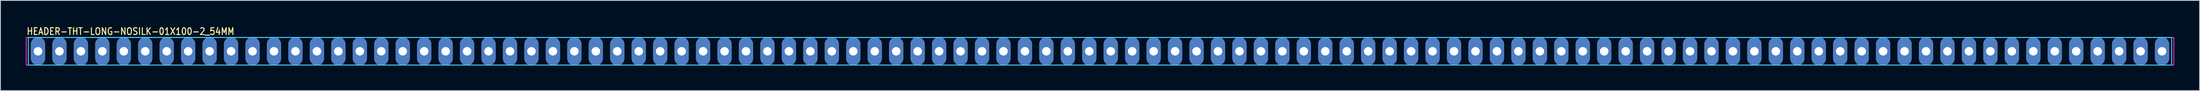
<source format=kicad_pcb>
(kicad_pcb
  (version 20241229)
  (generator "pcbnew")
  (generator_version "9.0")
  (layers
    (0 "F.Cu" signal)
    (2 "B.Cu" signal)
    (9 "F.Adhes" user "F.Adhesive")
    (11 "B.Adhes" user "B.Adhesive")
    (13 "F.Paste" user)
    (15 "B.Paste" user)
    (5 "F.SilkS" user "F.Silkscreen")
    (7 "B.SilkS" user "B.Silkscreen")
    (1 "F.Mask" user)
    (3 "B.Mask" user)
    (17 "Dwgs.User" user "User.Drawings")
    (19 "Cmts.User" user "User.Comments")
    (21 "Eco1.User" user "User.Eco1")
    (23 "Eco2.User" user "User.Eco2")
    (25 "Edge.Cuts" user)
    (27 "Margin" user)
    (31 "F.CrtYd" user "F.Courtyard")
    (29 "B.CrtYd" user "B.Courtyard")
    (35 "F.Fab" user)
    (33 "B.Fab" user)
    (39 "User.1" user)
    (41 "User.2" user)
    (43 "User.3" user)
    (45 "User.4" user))
  (footprint "HEADER-THT-LONG-NOSILK-01X100-2_54MM"
    (layer "F.Cu")
    (at 1.447 3.079)
    (property "Reference" "HEADER-THT-LONG-NOSILK-01X100-2_54MM" (at -1.4 -1.9 0) (unlocked yes) (layer "F.SilkS") (effects (font (size 0.813 0.695) (thickness 0.122)) (justify left bottom)))
    (fp_poly (pts (xy -1.143 -1.651) (xy 252.603 -1.651) (xy 252.603 1.651) (xy -1.143 1.651)) (stroke (width 0.1) (type solid)) (fill no) (layer "B.CrtYd"))
    (fp_poly (pts (xy -1.397 -1.651) (xy 252.857 -1.651) (xy 252.857 1.651) (xy -1.397 1.651)) (stroke (width 0.1) (type solid)) (fill no) (layer "F.CrtYd"))
    (pad "P$1" thru_hole oval (at 0 0 90) (size 3.387 1.693) (drill 1.016) (layers "*.Cu" "*.Mask"))
    (pad "P$2" thru_hole oval (at 2.54 0 90) (size 3.387 1.693) (drill 1.016) (layers "*.Cu" "*.Mask"))
    (pad "P$3" thru_hole oval (at 5.08 0 90) (size 3.387 1.693) (drill 1.016) (layers "*.Cu" "*.Mask"))
    (pad "P$4" thru_hole oval (at 7.62 0 90) (size 3.387 1.693) (drill 1.016) (layers "*.Cu" "*.Mask"))
    (pad "P$5" thru_hole oval (at 10.16 0 90) (size 3.387 1.693) (drill 1.016) (layers "*.Cu" "*.Mask"))
    (pad "P$6" thru_hole oval (at 12.7 0 90) (size 3.387 1.693) (drill 1.016) (layers "*.Cu" "*.Mask"))
    (pad "P$7" thru_hole oval (at 15.24 0 90) (size 3.387 1.693) (drill 1.016) (layers "*.Cu" "*.Mask"))
    (pad "P$8" thru_hole oval (at 17.78 0 90) (size 3.387 1.693) (drill 1.016) (layers "*.Cu" "*.Mask"))
    (pad "P$9" thru_hole oval (at 20.32 0 90) (size 3.387 1.693) (drill 1.016) (layers "*.Cu" "*.Mask"))
    (pad "P$10" thru_hole oval (at 22.86 0 90) (size 3.387 1.693) (drill 1.016) (layers "*.Cu" "*.Mask"))
    (pad "P$11" thru_hole oval (at 25.4 0 90) (size 3.387 1.693) (drill 1.016) (layers "*.Cu" "*.Mask"))
    (pad "P$12" thru_hole oval (at 27.94 0 90) (size 3.387 1.693) (drill 1.016) (layers "*.Cu" "*.Mask"))
    (pad "P$13" thru_hole oval (at 30.48 0 90) (size 3.387 1.693) (drill 1.016) (layers "*.Cu" "*.Mask"))
    (pad "P$14" thru_hole oval (at 33.02 0 90) (size 3.387 1.693) (drill 1.016) (layers "*.Cu" "*.Mask"))
    (pad "P$15" thru_hole oval (at 35.56 0 90) (size 3.387 1.693) (drill 1.016) (layers "*.Cu" "*.Mask"))
    (pad "P$16" thru_hole oval (at 38.1 0 90) (size 3.387 1.693) (drill 1.016) (layers "*.Cu" "*.Mask"))
    (pad "P$17" thru_hole oval (at 40.64 0 90) (size 3.387 1.693) (drill 1.016) (layers "*.Cu" "*.Mask"))
    (pad "P$18" thru_hole oval (at 43.18 0 90) (size 3.387 1.693) (drill 1.016) (layers "*.Cu" "*.Mask"))
    (pad "P$19" thru_hole oval (at 45.72 0 90) (size 3.387 1.693) (drill 1.016) (layers "*.Cu" "*.Mask"))
    (pad "P$20" thru_hole oval (at 48.26 0 90) (size 3.387 1.693) (drill 1.016) (layers "*.Cu" "*.Mask"))
    (pad "P$21" thru_hole oval (at 50.8 0 90) (size 3.387 1.693) (drill 1.016) (layers "*.Cu" "*.Mask"))
    (pad "P$22" thru_hole oval (at 53.34 0 90) (size 3.387 1.693) (drill 1.016) (layers "*.Cu" "*.Mask"))
    (pad "P$23" thru_hole oval (at 55.88 0 90) (size 3.387 1.693) (drill 1.016) (layers "*.Cu" "*.Mask"))
    (pad "P$24" thru_hole oval (at 58.42 0 90) (size 3.387 1.693) (drill 1.016) (layers "*.Cu" "*.Mask"))
    (pad "P$25" thru_hole oval (at 60.96 0 90) (size 3.387 1.693) (drill 1.016) (layers "*.Cu" "*.Mask"))
    (pad "P$26" thru_hole oval (at 63.5 0 90) (size 3.387 1.693) (drill 1.016) (layers "*.Cu" "*.Mask"))
    (pad "P$27" thru_hole oval (at 66.04 0 90) (size 3.387 1.693) (drill 1.016) (layers "*.Cu" "*.Mask"))
    (pad "P$28" thru_hole oval (at 68.58 0 90) (size 3.387 1.693) (drill 1.016) (layers "*.Cu" "*.Mask"))
    (pad "P$29" thru_hole oval (at 71.12 0 90) (size 3.387 1.693) (drill 1.016) (layers "*.Cu" "*.Mask"))
    (pad "P$30" thru_hole oval (at 73.66 0 90) (size 3.387 1.693) (drill 1.016) (layers "*.Cu" "*.Mask"))
    (pad "P$31" thru_hole oval (at 76.2 0 90) (size 3.387 1.693) (drill 1.016) (layers "*.Cu" "*.Mask"))
    (pad "P$32" thru_hole oval (at 78.74 0 90) (size 3.387 1.693) (drill 1.016) (layers "*.Cu" "*.Mask"))
    (pad "P$33" thru_hole oval (at 81.28 0 90) (size 3.387 1.693) (drill 1.016) (layers "*.Cu" "*.Mask"))
    (pad "P$34" thru_hole oval (at 83.82 0 90) (size 3.387 1.693) (drill 1.016) (layers "*.Cu" "*.Mask"))
    (pad "P$35" thru_hole oval (at 86.36 0 90) (size 3.387 1.693) (drill 1.016) (layers "*.Cu" "*.Mask"))
    (pad "P$36" thru_hole oval (at 88.9 0 90) (size 3.387 1.693) (drill 1.016) (layers "*.Cu" "*.Mask"))
    (pad "P$37" thru_hole oval (at 91.44 0 90) (size 3.387 1.693) (drill 1.016) (layers "*.Cu" "*.Mask"))
    (pad "P$38" thru_hole oval (at 93.98 0 90) (size 3.387 1.693) (drill 1.016) (layers "*.Cu" "*.Mask"))
    (pad "P$39" thru_hole oval (at 96.52 0 90) (size 3.387 1.693) (drill 1.016) (layers "*.Cu" "*.Mask"))
    (pad "P$40" thru_hole oval (at 99.06 0 90) (size 3.387 1.693) (drill 1.016) (layers "*.Cu" "*.Mask"))
    (pad "P$41" thru_hole oval (at 101.6 0 90) (size 3.387 1.693) (drill 1.016) (layers "*.Cu" "*.Mask"))
    (pad "P$42" thru_hole oval (at 104.14 0 90) (size 3.387 1.693) (drill 1.016) (layers "*.Cu" "*.Mask"))
    (pad "P$43" thru_hole oval (at 106.68 0 90) (size 3.387 1.693) (drill 1.016) (layers "*.Cu" "*.Mask"))
    (pad "P$44" thru_hole oval (at 109.22 0 90) (size 3.387 1.693) (drill 1.016) (layers "*.Cu" "*.Mask"))
    (pad "P$45" thru_hole oval (at 111.76 0 90) (size 3.387 1.693) (drill 1.016) (layers "*.Cu" "*.Mask"))
    (pad "P$46" thru_hole oval (at 114.3 0 90) (size 3.387 1.693) (drill 1.016) (layers "*.Cu" "*.Mask"))
    (pad "P$47" thru_hole oval (at 116.84 0 90) (size 3.387 1.693) (drill 1.016) (layers "*.Cu" "*.Mask"))
    (pad "P$48" thru_hole oval (at 119.38 0 90) (size 3.387 1.693) (drill 1.016) (layers "*.Cu" "*.Mask"))
    (pad "P$49" thru_hole oval (at 121.92 0 90) (size 3.387 1.693) (drill 1.016) (layers "*.Cu" "*.Mask"))
    (pad "P$50" thru_hole oval (at 124.46 0 90) (size 3.387 1.693) (drill 1.016) (layers "*.Cu" "*.Mask"))
    (pad "P$51" thru_hole oval (at 127 0 90) (size 3.387 1.693) (drill 1.016) (layers "*.Cu" "*.Mask"))
    (pad "P$52" thru_hole oval (at 129.54 0 90) (size 3.387 1.693) (drill 1.016) (layers "*.Cu" "*.Mask"))
    (pad "P$53" thru_hole oval (at 132.08 0 90) (size 3.387 1.693) (drill 1.016) (layers "*.Cu" "*.Mask"))
    (pad "P$54" thru_hole oval (at 134.62 0 90) (size 3.387 1.693) (drill 1.016) (layers "*.Cu" "*.Mask"))
    (pad "P$55" thru_hole oval (at 137.16 0 90) (size 3.387 1.693) (drill 1.016) (layers "*.Cu" "*.Mask"))
    (pad "P$56" thru_hole oval (at 139.7 0 90) (size 3.387 1.693) (drill 1.016) (layers "*.Cu" "*.Mask"))
    (pad "P$57" thru_hole oval (at 142.24 0 90) (size 3.387 1.693) (drill 1.016) (layers "*.Cu" "*.Mask"))
    (pad "P$58" thru_hole oval (at 144.78 0 90) (size 3.387 1.693) (drill 1.016) (layers "*.Cu" "*.Mask"))
    (pad "P$59" thru_hole oval (at 147.32 0 90) (size 3.387 1.693) (drill 1.016) (layers "*.Cu" "*.Mask"))
    (pad "P$60" thru_hole oval (at 149.86 0 90) (size 3.387 1.693) (drill 1.016) (layers "*.Cu" "*.Mask"))
    (pad "P$61" thru_hole oval (at 152.4 0 90) (size 3.387 1.693) (drill 1.016) (layers "*.Cu" "*.Mask"))
    (pad "P$62" thru_hole oval (at 154.94 0 90) (size 3.387 1.693) (drill 1.016) (layers "*.Cu" "*.Mask"))
    (pad "P$63" thru_hole oval (at 157.48 0 90) (size 3.387 1.693) (drill 1.016) (layers "*.Cu" "*.Mask"))
    (pad "P$64" thru_hole oval (at 160.02 0 90) (size 3.387 1.693) (drill 1.016) (layers "*.Cu" "*.Mask"))
    (pad "P$65" thru_hole oval (at 162.56 0 90) (size 3.387 1.693) (drill 1.016) (layers "*.Cu" "*.Mask"))
    (pad "P$66" thru_hole oval (at 165.1 0 90) (size 3.387 1.693) (drill 1.016) (layers "*.Cu" "*.Mask"))
    (pad "P$67" thru_hole oval (at 167.64 0 90) (size 3.387 1.693) (drill 1.016) (layers "*.Cu" "*.Mask"))
    (pad "P$68" thru_hole oval (at 170.18 0 90) (size 3.387 1.693) (drill 1.016) (layers "*.Cu" "*.Mask"))
    (pad "P$69" thru_hole oval (at 172.72 0 90) (size 3.387 1.693) (drill 1.016) (layers "*.Cu" "*.Mask"))
    (pad "P$70" thru_hole oval (at 175.26 0 90) (size 3.387 1.693) (drill 1.016) (layers "*.Cu" "*.Mask"))
    (pad "P$71" thru_hole oval (at 177.8 0 90) (size 3.387 1.693) (drill 1.016) (layers "*.Cu" "*.Mask"))
    (pad "P$72" thru_hole oval (at 180.34 0 90) (size 3.387 1.693) (drill 1.016) (layers "*.Cu" "*.Mask"))
    (pad "P$73" thru_hole oval (at 182.88 0 90) (size 3.387 1.693) (drill 1.016) (layers "*.Cu" "*.Mask"))
    (pad "P$74" thru_hole oval (at 185.42 0 90) (size 3.387 1.693) (drill 1.016) (layers "*.Cu" "*.Mask"))
    (pad "P$75" thru_hole oval (at 187.96 0 90) (size 3.387 1.693) (drill 1.016) (layers "*.Cu" "*.Mask"))
    (pad "P$76" thru_hole oval (at 190.5 0 90) (size 3.387 1.693) (drill 1.016) (layers "*.Cu" "*.Mask"))
    (pad "P$77" thru_hole oval (at 193.04 0 90) (size 3.387 1.693) (drill 1.016) (layers "*.Cu" "*.Mask"))
    (pad "P$78" thru_hole oval (at 195.58 0 90) (size 3.387 1.693) (drill 1.016) (layers "*.Cu" "*.Mask"))
    (pad "P$79" thru_hole oval (at 198.12 0 90) (size 3.387 1.693) (drill 1.016) (layers "*.Cu" "*.Mask"))
    (pad "P$80" thru_hole oval (at 200.66 0 90) (size 3.387 1.693) (drill 1.016) (layers "*.Cu" "*.Mask"))
    (pad "P$81" thru_hole oval (at 203.2 0 90) (size 3.387 1.693) (drill 1.016) (layers "*.Cu" "*.Mask"))
    (pad "P$82" thru_hole oval (at 205.74 0 90) (size 3.387 1.693) (drill 1.016) (layers "*.Cu" "*.Mask"))
    (pad "P$83" thru_hole oval (at 208.28 0 90) (size 3.387 1.693) (drill 1.016) (layers "*.Cu" "*.Mask"))
    (pad "P$84" thru_hole oval (at 210.82 0 90) (size 3.387 1.693) (drill 1.016) (layers "*.Cu" "*.Mask"))
    (pad "P$85" thru_hole oval (at 213.36 0 90) (size 3.387 1.693) (drill 1.016) (layers "*.Cu" "*.Mask"))
    (pad "P$86" thru_hole oval (at 215.9 0 90) (size 3.387 1.693) (drill 1.016) (layers "*.Cu" "*.Mask"))
    (pad "P$87" thru_hole oval (at 218.44 0 90) (size 3.387 1.693) (drill 1.016) (layers "*.Cu" "*.Mask"))
    (pad "P$88" thru_hole oval (at 220.98 0 90) (size 3.387 1.693) (drill 1.016) (layers "*.Cu" "*.Mask"))
    (pad "P$89" thru_hole oval (at 223.52 0 90) (size 3.387 1.693) (drill 1.016) (layers "*.Cu" "*.Mask"))
    (pad "P$90" thru_hole oval (at 226.06 0 90) (size 3.387 1.693) (drill 1.016) (layers "*.Cu" "*.Mask"))
    (pad "P$91" thru_hole oval (at 228.6 0 90) (size 3.387 1.693) (drill 1.016) (layers "*.Cu" "*.Mask"))
    (pad "P$92" thru_hole oval (at 231.14 0 90) (size 3.387 1.693) (drill 1.016) (layers "*.Cu" "*.Mask"))
    (pad "P$93" thru_hole oval (at 233.68 0 90) (size 3.387 1.693) (drill 1.016) (layers "*.Cu" "*.Mask"))
    (pad "P$94" thru_hole oval (at 236.22 0 90) (size 3.387 1.693) (drill 1.016) (layers "*.Cu" "*.Mask"))
    (pad "P$95" thru_hole oval (at 238.76 0 90) (size 3.387 1.693) (drill 1.016) (layers "*.Cu" "*.Mask"))
    (pad "P$96" thru_hole oval (at 241.3 0 90) (size 3.387 1.693) (drill 1.016) (layers "*.Cu" "*.Mask"))
    (pad "P$97" thru_hole oval (at 243.84 0 90) (size 3.387 1.693) (drill 1.016) (layers "*.Cu" "*.Mask"))
    (pad "P$98" thru_hole oval (at 246.38 0 90) (size 3.387 1.693) (drill 1.016) (layers "*.Cu" "*.Mask"))
    (pad "P$99" thru_hole oval (at 248.92 0 90) (size 3.387 1.693) (drill 1.016) (layers "*.Cu" "*.Mask"))
    (pad "P$100" thru_hole oval (at 251.46 0 90) (size 3.387 1.693) (drill 1.016) (layers "*.Cu" "*.Mask")))
  (gr_rect
    (start -3 -3)
    (end 257.354 7.78)
    (stroke (width 0.1) (type default))
    (fill no)
    (layer "Edge.Cuts")))
</source>
